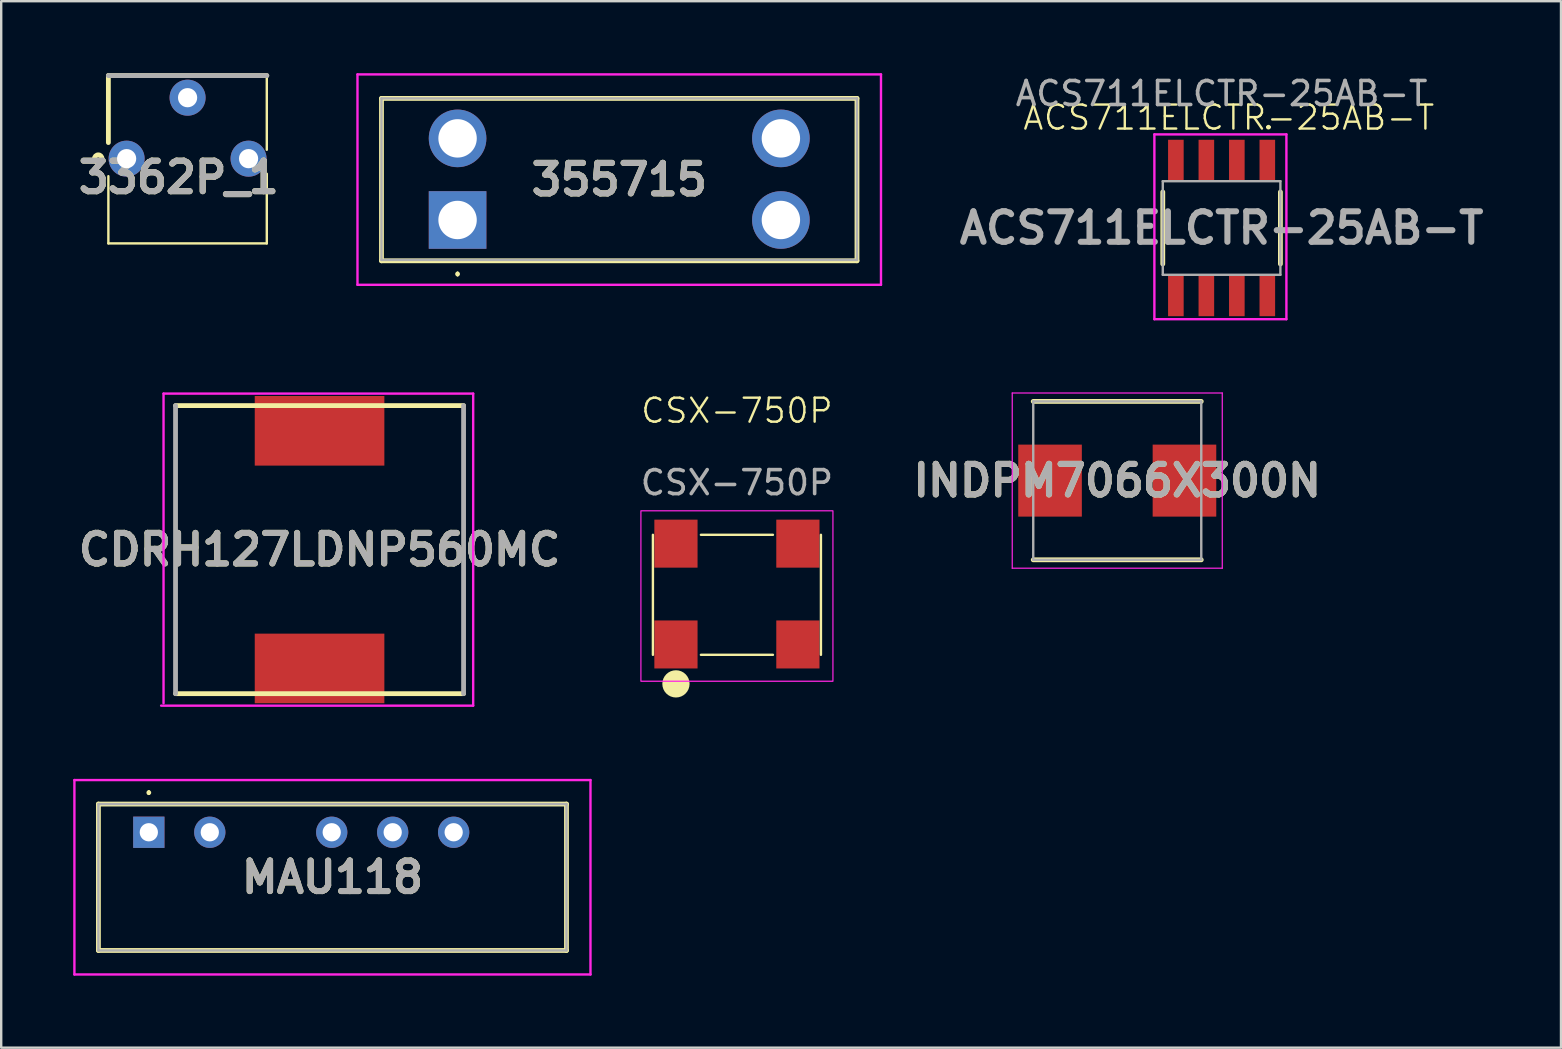
<source format=kicad_pcb>
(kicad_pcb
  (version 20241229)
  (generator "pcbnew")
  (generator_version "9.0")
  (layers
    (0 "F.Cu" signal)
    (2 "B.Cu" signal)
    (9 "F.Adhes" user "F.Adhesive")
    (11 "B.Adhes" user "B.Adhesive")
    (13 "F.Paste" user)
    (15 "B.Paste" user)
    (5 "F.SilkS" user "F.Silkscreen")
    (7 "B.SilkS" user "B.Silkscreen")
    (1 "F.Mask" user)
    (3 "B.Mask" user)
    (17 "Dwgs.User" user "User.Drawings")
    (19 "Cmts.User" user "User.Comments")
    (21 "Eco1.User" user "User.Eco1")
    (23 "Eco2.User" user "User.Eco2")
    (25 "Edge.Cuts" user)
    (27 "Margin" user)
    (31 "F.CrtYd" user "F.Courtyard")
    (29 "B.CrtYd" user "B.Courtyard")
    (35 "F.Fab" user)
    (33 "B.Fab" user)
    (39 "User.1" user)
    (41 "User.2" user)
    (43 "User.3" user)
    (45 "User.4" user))
  (footprint "3362P_1"
    (layer "F.Cu")
    (at 4.765 7.09)
    (property "Reference" "3362P_1" (at -0.368 -2.75 0) (layer "F.SilkS") (effects (font (size 1.27 1.27) (thickness 0.254))))
    (attr through_hole)
    (fp_line (start -3.3 -6.99) (end -3.3 -4.2) (stroke (width 0.2) (type solid)) (layer "F.SilkS"))
    (fp_line (start -3.3 -2.8) (end -3.3 0) (stroke (width 0.1) (type default)) (layer "F.SilkS"))
    (fp_line (start -3.3 0) (end 3.3 0) (stroke (width 0.1) (type default)) (layer "F.SilkS"))
    (fp_line (start 3.3 -6.99) (end -3.3 -6.99) (stroke (width 0.2) (type solid)) (layer "F.SilkS"))
    (fp_line (start 3.3 -3.9) (end 3.3 -6.99) (stroke (width 0.1) (type default)) (layer "F.SilkS"))
    (fp_line (start 3.3 -2.9) (end 3.3 0) (stroke (width 0.1) (type default)) (layer "F.SilkS"))
    (fp_circle (center -3.722 -3.532) (end -3.722 -3.475) (stroke (width 0.2) (type solid)) (fill no) (layer "F.SilkS"))
    (fp_line (start -3.3 -6.99) (end 3.3 -6.99) (stroke (width 0.2) (type solid)) (layer "F.Fab"))
    (fp_text user "${REFERENCE}" (at -0.368 -2.75 0) (layer "F.Fab") (effects (font (size 1.27 1.27) (thickness 0.254))))
    (pad "1" thru_hole circle (at -2.54 -3.53) (size 1.5 1.5) (drill 0.8) (layers "*.Cu" "*.Mask"))
    (pad "2" thru_hole circle (at 0 -6.07) (size 1.5 1.5) (drill 0.8) (layers "*.Cu" "*.Mask"))
    (pad "3" thru_hole circle (at 2.54 -3.53) (size 1.5 1.5) (drill 0.8) (layers "*.Cu" "*.Mask")))
  (footprint "ACS711ELCTR-25AB-T"
    (layer "F.Cu")
    (at 47.843 6.348)
    (property "Reference" "ACS711ELCTR-25AB-T" (at 0.3 -4.5 0) (unlocked yes) (layer "F.SilkS") (effects (font (size 1 1) (thickness 0.1))))
    (attr smd)
    (fp_line (start -2.45 1.6) (end -2.45 -1.4) (stroke (width 0.2) (type solid)) (layer "F.SilkS"))
    (fp_line (start 1.905 -4.1) (end 1.905 -4.1) (stroke (width 0.1) (type solid)) (layer "F.SilkS"))
    (fp_line (start 2 -4.1) (end 2 -4.1) (stroke (width 0.1) (type solid)) (layer "F.SilkS"))
    (fp_line (start 2.45 1.6) (end 2.45 -1.4) (stroke (width 0.2) (type solid)) (layer "F.SilkS"))
    (fp_arc (start 1.905 -4.1) (mid 1.9525 -4.1475) (end 2 -4.1) (stroke (width 0.1) (type solid)) (layer "F.SilkS"))
    (fp_arc (start 2 -4.1) (mid 1.9525 -4.0525) (end 1.905 -4.1) (stroke (width 0.1) (type solid)) (layer "F.SilkS"))
    (fp_line (start -2.8 -3.8) (end 2.7 -3.8) (stroke (width 0.1) (type solid)) (layer "F.CrtYd"))
    (fp_line (start -2.8 3.9) (end -2.8 -3.8) (stroke (width 0.1) (type solid)) (layer "F.CrtYd"))
    (fp_line (start 2.7 -3.8) (end 2.7 3.9) (stroke (width 0.1) (type solid)) (layer "F.CrtYd"))
    (fp_line (start 2.7 3.9) (end -2.8 3.9) (stroke (width 0.1) (type solid)) (layer "F.CrtYd"))
    (fp_line (start -2.45 -1.85) (end 2.45 -1.85) (stroke (width 0.1) (type solid)) (layer "F.Fab"))
    (fp_line (start -2.45 2.05) (end -2.45 -1.85) (stroke (width 0.1) (type solid)) (layer "F.Fab"))
    (fp_line (start 2.45 -1.85) (end 2.45 2.05) (stroke (width 0.1) (type solid)) (layer "F.Fab"))
    (fp_line (start 2.45 2.05) (end -2.45 2.05) (stroke (width 0.1) (type solid)) (layer "F.Fab"))
    (fp_text user "${REFERENCE}" (at 0 -5.5 0) (unlocked yes) (layer "F.Fab") (effects (font (size 1 1) (thickness 0.15))))
    (fp_text user "${REFERENCE}" (at 0 0.1 0) (layer "F.Fab") (effects (font (size 1.27 1.27) (thickness 0.254))))
    (pad "1" smd rect (at 1.905 -2.7 180) (size 0.65 1.75) (layers "F.Cu" "F.Mask" "F.Paste"))
    (pad "2" smd rect (at 0.635 -2.7 180) (size 0.65 1.75) (layers "F.Cu" "F.Mask" "F.Paste"))
    (pad "3" smd rect (at -0.635 -2.7 180) (size 0.65 1.75) (layers "F.Cu" "F.Mask" "F.Paste"))
    (pad "4" smd rect (at -1.905 -2.7 180) (size 0.65 1.75) (layers "F.Cu" "F.Mask" "F.Paste"))
    (pad "5" smd rect (at -1.905 2.9 180) (size 0.65 1.75) (layers "F.Cu" "F.Mask" "F.Paste"))
    (pad "6" smd rect (at -0.635 2.9 180) (size 0.65 1.75) (layers "F.Cu" "F.Mask" "F.Paste"))
    (pad "7" smd rect (at 0.635 2.9 180) (size 0.65 1.75) (layers "F.Cu" "F.Mask" "F.Paste"))
    (pad "8" smd rect (at 1.905 2.9 180) (size 0.65 1.75) (layers "F.Cu" "F.Mask" "F.Paste")))
  (footprint "CSX-750P"
    (layer "F.Cu")
    (at 27.651 21.731)
    (property "Reference" "CSX-750P" (at 0 -7.672 0) (unlocked yes) (layer "F.SilkS") (effects (font (size 1 1) (thickness 0.1))))
    (attr smd)
    (fp_line (start -3.5 -2.5) (end -3.5 2.5) (stroke (width 0.1) (type default)) (layer "F.SilkS"))
    (fp_line (start -1.5 2.5) (end 1.5 2.5) (stroke (width 0.1) (type default)) (layer "F.SilkS"))
    (fp_line (start 1.5 -2.5) (end -1.5 -2.5) (stroke (width 0.1) (type default)) (layer "F.SilkS"))
    (fp_line (start 3.5 2.5) (end 3.5 -2.5) (stroke (width 0.1) (type default)) (layer "F.SilkS"))
    (fp_circle (center -2.54 3.71) (end -1.972 3.71) (stroke (width 0) (type default)) (fill yes) (layer "F.SilkS"))
    (fp_rect (start -4 -3.5) (end 4 3.6) (stroke (width 0.05) (type default)) (fill no) (layer "F.CrtYd"))
    (fp_text user "${REFERENCE}" (at 0 -4.672 0) (unlocked yes) (layer "F.Fab") (effects (font (size 1 1) (thickness 0.15))))
    (pad "1" smd rect (at -2.54 2.068) (size 1.8 2) (layers "F.Cu" "F.Mask" "F.Paste"))
    (pad "2" smd rect (at 2.54 2.068) (size 1.8 2) (layers "F.Cu" "F.Mask" "F.Paste"))
    (pad "3" smd rect (at 2.54 -2.132) (size 1.8 2) (layers "F.Cu" "F.Mask" "F.Paste"))
    (pad "4" smd rect (at -2.54 -2.132) (size 1.8 2) (layers "F.Cu" "F.Mask" "F.Paste")))
  (footprint "CDRH127LDNP560MC"
    (layer "F.Cu")
    (at 10.263 19.848)
    (property "Reference" "CDRH127LDNP560MC" (at 0 0 0) (layer "F.SilkS") (effects (font (size 1.27 1.27) (thickness 0.254))))
    (attr smd)
    (fp_line (start -6 -6) (end -6 6) (stroke (width 0.1) (type solid)) (layer "F.SilkS"))
    (fp_line (start -6 -6) (end 6 -6) (stroke (width 0.2) (type solid)) (layer "F.SilkS"))
    (fp_line (start 6 -6) (end 6 6) (stroke (width 0.1) (type solid)) (layer "F.SilkS"))
    (fp_line (start 6 6) (end -6 6) (stroke (width 0.2) (type solid)) (layer "F.SilkS"))
    (fp_line (start -6.5 -6.5) (end 6.4 -6.5) (stroke (width 0.1) (type solid)) (layer "F.CrtYd"))
    (fp_line (start -6.5 6.4) (end -6.5 -6.5) (stroke (width 0.1) (type solid)) (layer "F.CrtYd"))
    (fp_line (start 6.4 -6.5) (end 6.4 6.5) (stroke (width 0.1) (type solid)) (layer "F.CrtYd"))
    (fp_line (start 6.4 6.5) (end -6.6 6.5) (stroke (width 0.1) (type solid)) (layer "F.CrtYd"))
    (fp_line (start -6 6) (end -6 -6) (stroke (width 0.2) (type solid)) (layer "F.Fab"))
    (fp_line (start 6 -6) (end 6 6) (stroke (width 0.2) (type solid)) (layer "F.Fab"))
    (fp_text user "${REFERENCE}" (at 0 0 0) (layer "F.Fab") (effects (font (size 1.27 1.27) (thickness 0.254))))
    (pad "1" smd rect (at 0 4.95 90) (size 2.9 5.4) (layers "F.Cu" "F.Mask" "F.Paste"))
    (pad "2" smd rect (at 0 -4.95 90) (size 2.9 5.4) (layers "F.Cu" "F.Mask" "F.Paste")))
  (footprint "INDPM7066X300N"
    (layer "F.Cu")
    (at 43.496 16.973)
    (property "Reference" "INDPM7066X300N" (at 0 0 0) (layer "F.SilkS") (effects (font (size 1.27 1.27) (thickness 0.254))))
    (attr smd)
    (fp_line (start -3.5 3.3) (end 3.5 3.3) (stroke (width 0.2) (type solid)) (layer "F.SilkS"))
    (fp_line (start 3.5 -3.3) (end -3.5 -3.3) (stroke (width 0.2) (type solid)) (layer "F.SilkS"))
    (fp_line (start -4.375 -3.65) (end 4.375 -3.65) (stroke (width 0.05) (type solid)) (layer "F.CrtYd"))
    (fp_line (start -4.375 3.65) (end -4.375 -3.65) (stroke (width 0.05) (type solid)) (layer "F.CrtYd"))
    (fp_line (start 4.375 -3.65) (end 4.375 3.65) (stroke (width 0.05) (type solid)) (layer "F.CrtYd"))
    (fp_line (start 4.375 3.65) (end -4.375 3.65) (stroke (width 0.05) (type solid)) (layer "F.CrtYd"))
    (fp_line (start -3.5 -3.3) (end 3.5 -3.3) (stroke (width 0.1) (type solid)) (layer "F.Fab"))
    (fp_line (start -3.5 3.3) (end -3.5 -3.3) (stroke (width 0.1) (type solid)) (layer "F.Fab"))
    (fp_line (start 3.5 -3.3) (end 3.5 3.3) (stroke (width 0.1) (type solid)) (layer "F.Fab"))
    (fp_line (start 3.5 3.3) (end -3.5 3.3) (stroke (width 0.1) (type solid)) (layer "F.Fab"))
    (fp_text user "${REFERENCE}" (at 0 0 0) (layer "F.Fab") (effects (font (size 1.27 1.27) (thickness 0.254))))
    (pad "1" smd rect (at -2.8 0) (size 2.65 3) (layers "F.Cu" "F.Mask" "F.Paste"))
    (pad "2" smd rect (at 2.8 0) (size 2.65 3) (layers "F.Cu" "F.Mask" "F.Paste")))
  (footprint "MAU118"
    (layer "F.Cu")
    (at 3.15 31.623)
    (property "Reference" "MAU118" (at 7.65 1.875 0) (layer "F.SilkS") (effects (font (size 1.27 1.27) (thickness 0.254))))
    (attr through_hole)
    (fp_line (start -2.1 -1.175) (end -2.1 4.925) (stroke (width 0.2) (type solid)) (layer "F.SilkS"))
    (fp_line (start -2.1 4.925) (end 17.4 4.925) (stroke (width 0.2) (type solid)) (layer "F.SilkS"))
    (fp_line (start 0 -1.7) (end 0 -1.7) (stroke (width 0.1) (type solid)) (layer "F.SilkS"))
    (fp_line (start 0 -1.6) (end 0 -1.6) (stroke (width 0.1) (type solid)) (layer "F.SilkS"))
    (fp_line (start 17.4 -1.175) (end -2.1 -1.175) (stroke (width 0.2) (type solid)) (layer "F.SilkS"))
    (fp_line (start 17.4 4.925) (end 17.4 -1.175) (stroke (width 0.2) (type solid)) (layer "F.SilkS"))
    (fp_arc (start 0 -1.7) (mid 0.05 -1.65) (end 0 -1.6) (stroke (width 0.1) (type solid)) (layer "F.SilkS"))
    (fp_arc (start 0 -1.6) (mid -0.05 -1.65) (end 0 -1.7) (stroke (width 0.1) (type solid)) (layer "F.SilkS"))
    (fp_line (start -3.1 -2.175) (end -3.1 5.925) (stroke (width 0.1) (type solid)) (layer "F.CrtYd"))
    (fp_line (start -3.1 5.925) (end 18.4 5.925) (stroke (width 0.1) (type solid)) (layer "F.CrtYd"))
    (fp_line (start 18.4 -2.175) (end -3.1 -2.175) (stroke (width 0.1) (type solid)) (layer "F.CrtYd"))
    (fp_line (start 18.4 5.925) (end 18.4 -2.175) (stroke (width 0.1) (type solid)) (layer "F.CrtYd"))
    (fp_line (start -2.1 -1.175) (end 17.4 -1.175) (stroke (width 0.1) (type solid)) (layer "F.Fab"))
    (fp_line (start -2.1 4.925) (end -2.1 -1.175) (stroke (width 0.1) (type solid)) (layer "F.Fab"))
    (fp_line (start 17.4 -1.175) (end 17.4 4.925) (stroke (width 0.1) (type solid)) (layer "F.Fab"))
    (fp_line (start 17.4 4.925) (end -2.1 4.925) (stroke (width 0.1) (type solid)) (layer "F.Fab"))
    (fp_text user "${REFERENCE}" (at 7.65 1.875 0) (layer "F.Fab") (effects (font (size 1.27 1.27) (thickness 0.254))))
    (pad "1" thru_hole rect (at 0 0) (size 1.303 1.303) (drill 0.76) (layers "*.Cu" "*.Mask"))
    (pad "2" thru_hole circle (at 2.54 0) (size 1.303 1.303) (drill 0.76) (layers "*.Cu" "*.Mask"))
    (pad "4" thru_hole circle (at 7.62 0) (size 1.303 1.303) (drill 0.76) (layers "*.Cu" "*.Mask"))
    (pad "5" thru_hole circle (at 10.16 0) (size 1.303 1.303) (drill 0.76) (layers "*.Cu" "*.Mask"))
    (pad "6" thru_hole circle (at 12.7 0) (size 1.303 1.303) (drill 0.76) (layers "*.Cu" "*.Mask")))
  (footprint "355715"
    (layer "F.Cu")
    (at 16.013 6.115)
    (property "Reference" "355715" (at 6.735 -1.683 0) (layer "F.SilkS") (effects (font (size 1.27 1.27) (thickness 0.254))))
    (attr through_hole)
    (fp_line (start -3.17 -5.065) (end 16.64 -5.065) (stroke (width 0.2) (type solid)) (layer "F.SilkS"))
    (fp_line (start -3.17 1.7) (end -3.17 -5.065) (stroke (width 0.2) (type solid)) (layer "F.SilkS"))
    (fp_line (start 0 2.2) (end 0 2.2) (stroke (width 0.1) (type solid)) (layer "F.SilkS"))
    (fp_line (start 0 2.3) (end 0 2.3) (stroke (width 0.1) (type solid)) (layer "F.SilkS"))
    (fp_line (start 16.64 -5.065) (end 16.64 1.7) (stroke (width 0.2) (type solid)) (layer "F.SilkS"))
    (fp_line (start 16.64 1.7) (end -3.17 1.7) (stroke (width 0.2) (type solid)) (layer "F.SilkS"))
    (fp_arc (start 0 2.2) (mid 0.05 2.25) (end 0 2.3) (stroke (width 0.1) (type solid)) (layer "F.SilkS"))
    (fp_arc (start 0 2.3) (mid -0.05 2.25) (end 0 2.2) (stroke (width 0.1) (type solid)) (layer "F.SilkS"))
    (fp_line (start -4.17 -6.065) (end 17.64 -6.065) (stroke (width 0.1) (type solid)) (layer "F.CrtYd"))
    (fp_line (start -4.17 2.7) (end -4.17 -6.065) (stroke (width 0.1) (type solid)) (layer "F.CrtYd"))
    (fp_line (start 17.64 -6.065) (end 17.64 2.7) (stroke (width 0.1) (type solid)) (layer "F.CrtYd"))
    (fp_line (start 17.64 2.7) (end -4.17 2.7) (stroke (width 0.1) (type solid)) (layer "F.CrtYd"))
    (fp_line (start -3.17 -5.065) (end 16.64 -5.065) (stroke (width 0.1) (type solid)) (layer "F.Fab"))
    (fp_line (start -3.17 1.665) (end -3.17 -5.065) (stroke (width 0.1) (type solid)) (layer "F.Fab"))
    (fp_line (start 16.64 -5.065) (end 16.64 1.665) (stroke (width 0.1) (type solid)) (layer "F.Fab"))
    (fp_line (start 16.64 1.665) (end -3.17 1.665) (stroke (width 0.1) (type solid)) (layer "F.Fab"))
    (fp_text user "${REFERENCE}" (at 6.735 -1.683 0) (layer "F.Fab") (effects (font (size 1.27 1.27) (thickness 0.254))))
    (pad "1" thru_hole rect (at 0 0) (size 2.4 2.4) (drill 1.6) (layers "*.Cu" "*.Mask"))
    (pad "2" thru_hole circle (at 0 -3.4) (size 2.4 2.4) (drill 1.6) (layers "*.Cu" "*.Mask"))
    (pad "3" thru_hole circle (at 13.47 0) (size 2.4 2.4) (drill 1.6) (layers "*.Cu" "*.Mask"))
    (pad "4" thru_hole circle (at 13.47 -3.4) (size 2.4 2.4) (drill 1.6) (layers "*.Cu" "*.Mask")))
  (gr_rect
    (start -3 -3)
    (end 61.983 40.598)
    (stroke (width 0.1) (type default))
    (fill no)
    (layer "Edge.Cuts")))
</source>
